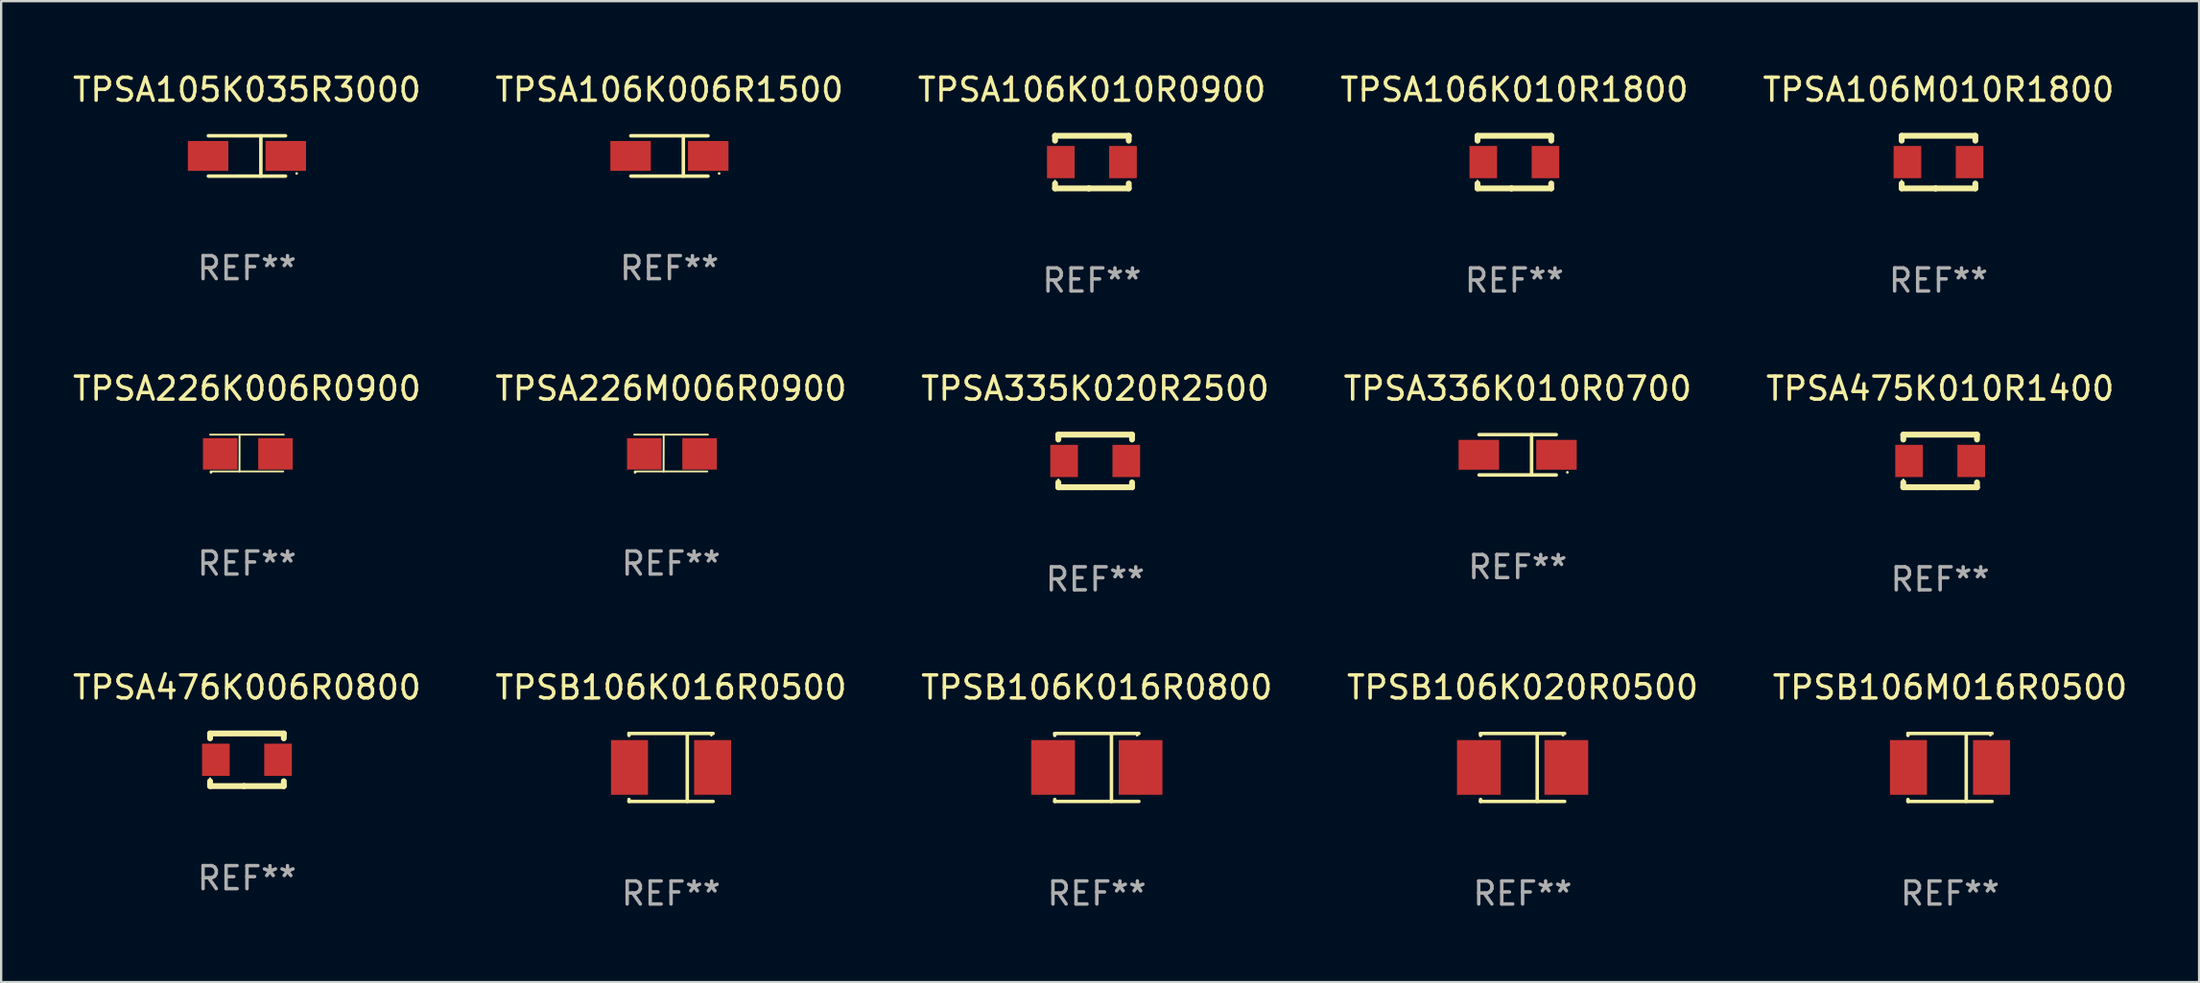
<source format=kicad_pcb>
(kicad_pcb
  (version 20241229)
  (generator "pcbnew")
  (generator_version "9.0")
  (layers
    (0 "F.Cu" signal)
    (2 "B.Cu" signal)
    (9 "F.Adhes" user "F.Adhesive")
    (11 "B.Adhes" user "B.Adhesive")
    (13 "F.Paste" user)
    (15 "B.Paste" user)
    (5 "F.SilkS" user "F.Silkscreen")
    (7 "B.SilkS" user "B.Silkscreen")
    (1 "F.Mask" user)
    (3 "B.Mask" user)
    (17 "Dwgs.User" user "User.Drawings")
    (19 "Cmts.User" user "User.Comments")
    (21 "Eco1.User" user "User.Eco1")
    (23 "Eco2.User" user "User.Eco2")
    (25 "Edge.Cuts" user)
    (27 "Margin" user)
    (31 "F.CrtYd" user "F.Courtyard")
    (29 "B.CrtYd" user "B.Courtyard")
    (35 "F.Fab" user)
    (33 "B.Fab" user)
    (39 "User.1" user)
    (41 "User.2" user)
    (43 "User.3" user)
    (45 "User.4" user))
  (footprint "TPSB106M016R0500"
    (layer "F.Cu")
    (at 81.625 30.289)
    (property "Reference" "TPSB106M016R0500" (at 0 -3.476 0) (layer "F.SilkS") (effects (font (size 1 1) (thickness 0.15))))
    (attr through_hole)
    (fp_line (start -1.826 -1.476) (end -1.826 -1.391) (stroke (width 0.152) (type solid)) (layer "F.SilkS"))
    (fp_line (start -1.826 -1.476) (end 1.826 -1.476) (stroke (width 0.152) (type solid)) (layer "F.SilkS"))
    (fp_line (start -1.826 1.476) (end -1.826 1.391) (stroke (width 0.152) (type solid)) (layer "F.SilkS"))
    (fp_line (start -1.826 1.476) (end 1.826 1.476) (stroke (width 0.152) (type solid)) (layer "F.SilkS"))
    (fp_line (start 0.704 -1.476) (end 0.704 1.476) (stroke (width 0.152) (type solid)) (layer "F.SilkS"))
    (fp_circle (center 1.75 -1.4) (end 1.78 -1.4) (stroke (width 0.06) (type solid)) (fill no) (layer "F.SilkS"))
    (fp_text user "REF**" (at 0 5.476 0) (layer "F.Fab") (effects (font (size 1 1) (thickness 0.15))))
    (pad "1" smd rect (at 1.804 0) (size 1.607 2.376) (layers "F.Cu" "F.Mask" "F.Paste"))
    (pad "2" smd rect (at -1.804 0) (size 1.607 2.376) (layers "F.Cu" "F.Mask" "F.Paste")))
  (footprint "TPSA106K006R1500"
    (layer "F.Cu")
    (at 26.018 3.724)
    (property "Reference" "TPSA106K006R1500" (at 0 -2.876 0) (layer "F.SilkS") (effects (font (size 1 1) (thickness 0.15))))
    (attr through_hole)
    (fp_line (start -1.676 -0.876) (end 1.676 -0.876) (stroke (width 0.152) (type solid)) (layer "F.SilkS"))
    (fp_line (start -1.676 0.876) (end 1.676 0.876) (stroke (width 0.152) (type solid)) (layer "F.SilkS"))
    (fp_line (start 0.604 -0.876) (end 0.604 0.876) (stroke (width 0.152) (type solid)) (layer "F.SilkS"))
    (fp_circle (center 2.159 0.762) (end 2.189 0.762) (stroke (width 0.06) (type solid)) (fill no) (layer "F.SilkS"))
    (fp_text user "REF**" (at 0 4.876 0) (layer "F.Fab") (effects (font (size 1 1) (thickness 0.15))))
    (pad "1" smd rect (at 1.686 0) (size 1.758 1.296) (layers "F.Cu" "F.Mask" "F.Paste"))
    (pad "2" smd rect (at -1.686 0) (size 1.758 1.296) (layers "F.Cu" "F.Mask" "F.Paste")))
  (footprint "TPSA105K035R3000"
    (layer "F.Cu")
    (at 7.673 3.724)
    (property "Reference" "TPSA105K035R3000" (at 0 -2.876 0) (layer "F.SilkS") (effects (font (size 1 1) (thickness 0.15))))
    (attr through_hole)
    (fp_line (start -1.676 -0.876) (end 1.676 -0.876) (stroke (width 0.152) (type solid)) (layer "F.SilkS"))
    (fp_line (start -1.676 0.876) (end 1.676 0.876) (stroke (width 0.152) (type solid)) (layer "F.SilkS"))
    (fp_line (start 0.604 -0.876) (end 0.604 0.876) (stroke (width 0.152) (type solid)) (layer "F.SilkS"))
    (fp_circle (center 2.159 0.762) (end 2.189 0.762) (stroke (width 0.06) (type solid)) (fill no) (layer "F.SilkS"))
    (fp_text user "REF**" (at 0 4.876 0) (layer "F.Fab") (effects (font (size 1 1) (thickness 0.15))))
    (pad "1" smd rect (at 1.686 0) (size 1.758 1.296) (layers "F.Cu" "F.Mask" "F.Paste"))
    (pad "2" smd rect (at -1.686 0) (size 1.758 1.296) (layers "F.Cu" "F.Mask" "F.Paste")))
  (footprint "TPSB106K016R0500"
    (layer "F.Cu")
    (at 26.089 30.289)
    (property "Reference" "TPSB106K016R0500" (at 0 -3.476 0) (layer "F.SilkS") (effects (font (size 1 1) (thickness 0.15))))
    (attr through_hole)
    (fp_line (start -1.826 -1.476) (end -1.826 -1.391) (stroke (width 0.152) (type solid)) (layer "F.SilkS"))
    (fp_line (start -1.826 -1.476) (end 1.826 -1.476) (stroke (width 0.152) (type solid)) (layer "F.SilkS"))
    (fp_line (start -1.826 1.476) (end -1.826 1.391) (stroke (width 0.152) (type solid)) (layer "F.SilkS"))
    (fp_line (start -1.826 1.476) (end 1.826 1.476) (stroke (width 0.152) (type solid)) (layer "F.SilkS"))
    (fp_line (start 0.704 -1.476) (end 0.704 1.476) (stroke (width 0.152) (type solid)) (layer "F.SilkS"))
    (fp_circle (center 1.75 -1.4) (end 1.78 -1.4) (stroke (width 0.06) (type solid)) (fill no) (layer "F.SilkS"))
    (fp_text user "REF**" (at 0 5.476 0) (layer "F.Fab") (effects (font (size 1 1) (thickness 0.15))))
    (pad "1" smd rect (at 1.804 0) (size 1.607 2.376) (layers "F.Cu" "F.Mask" "F.Paste"))
    (pad "2" smd rect (at -1.804 0) (size 1.607 2.376) (layers "F.Cu" "F.Mask" "F.Paste")))
  (footprint "TPSA106K010R0900"
    (layer "F.Cu")
    (at 44.363 3.991)
    (property "Reference" "TPSA106K010R0900" (at 0 -3.143 0) (layer "F.SilkS") (effects (font (size 1 1) (thickness 0.15))))
    (attr through_hole)
    (fp_line (start -1.6 1.143) (end -0.128 1.143) (stroke (width 0.254) (type solid)) (layer "F.SilkS"))
    (fp_line (start -1.6 -1.143) (end -1.6 -0.931) (stroke (width 0.254) (type solid)) (layer "F.SilkS"))
    (fp_line (start -1.6 -1.143) (end 1.6 -1.143) (stroke (width 0.254) (type solid)) (layer "F.SilkS"))
    (fp_line (start -1.6 0.931) (end -1.6 1.143) (stroke (width 0.254) (type solid)) (layer "F.SilkS"))
    (fp_line (start -0.128 1.143) (end -0.128 1.143) (stroke (width 0.254) (type solid)) (layer "F.SilkS"))
    (fp_line (start -0.128 1.143) (end 1.6 1.143) (stroke (width 0.254) (type solid)) (layer "F.SilkS"))
    (fp_line (start 1.6 -1.143) (end 1.6 -0.931) (stroke (width 0.254) (type solid)) (layer "F.SilkS"))
    (fp_line (start 1.6 0.931) (end 1.6 1.143) (stroke (width 0.254) (type solid)) (layer "F.SilkS"))
    (fp_circle (center -1.6 0.8) (end -1.58 0.8) (stroke (width 0.04) (type solid)) (fill no) (layer "F.SilkS"))
    (fp_text user "REF**" (at 0 5.143 0) (layer "F.Fab") (effects (font (size 1 1) (thickness 0.15))))
    (pad "1" smd rect (at -1.35 0) (size 1.2 1.4) (layers "F.Cu" "F.Mask" "F.Paste"))
    (pad "2" smd rect (at 1.35 0) (size 1.2 1.4) (layers "F.Cu" "F.Mask" "F.Paste")))
  (footprint "TPSA226K006R0900"
    (layer "F.Cu")
    (at 7.673 16.631)
    (property "Reference" "TPSA226K006R0900" (at 0 -2.8 0) (layer "F.SilkS") (effects (font (size 1 1) (thickness 0.15))))
    (attr through_hole)
    (fp_line (start -1.6 -0.8) (end 1.6 -0.8) (stroke (width 0.08) (type solid)) (layer "F.SilkS"))
    (fp_line (start -1.575 0.8) (end 1.575 0.8) (stroke (width 0.08) (type solid)) (layer "F.SilkS"))
    (fp_line (start -0.323 0.8) (end -0.32 -0.8) (stroke (width 0.08) (type solid)) (layer "F.SilkS"))
    (fp_circle (center -1.561 0.838) (end -1.531 0.838) (stroke (width 0.06) (type solid)) (fill no) (layer "F.SilkS"))
    (fp_text user "REF**" (at 0 4.8 0) (layer "F.Fab") (effects (font (size 1 1) (thickness 0.15))))
    (pad "1" smd rect (at -1.161 0.038) (size 1.5 1.359) (layers "F.Cu" "F.Mask" "F.Paste"))
    (pad "2" smd rect (at 1.239 0.038) (size 1.5 1.359) (layers "F.Cu" "F.Mask" "F.Paste")))
  (footprint "TPSB106K016R0800"
    (layer "F.Cu")
    (at 44.577 30.289)
    (property "Reference" "TPSB106K016R0800" (at 0 -3.476 0) (layer "F.SilkS") (effects (font (size 1 1) (thickness 0.15))))
    (attr through_hole)
    (fp_line (start -1.826 -1.476) (end -1.826 -1.391) (stroke (width 0.152) (type solid)) (layer "F.SilkS"))
    (fp_line (start -1.826 -1.476) (end 1.826 -1.476) (stroke (width 0.152) (type solid)) (layer "F.SilkS"))
    (fp_line (start -1.826 1.476) (end -1.826 1.391) (stroke (width 0.152) (type solid)) (layer "F.SilkS"))
    (fp_line (start -1.826 1.476) (end 1.826 1.476) (stroke (width 0.152) (type solid)) (layer "F.SilkS"))
    (fp_line (start 0.635 -1.476) (end 0.635 1.476) (stroke (width 0.152) (type solid)) (layer "F.SilkS"))
    (fp_circle (center 1.75 -1.4) (end 1.78 -1.4) (stroke (width 0.06) (type solid)) (fill no) (layer "F.SilkS"))
    (fp_text user "REF**" (at 0 5.476 0) (layer "F.Fab") (effects (font (size 1 1) (thickness 0.15))))
    (pad "1" smd rect (at 1.899 0) (size 1.9 2.376) (layers "F.Cu" "F.Mask" "F.Paste"))
    (pad "2" smd rect (at -1.899 0) (size 1.9 2.376) (layers "F.Cu" "F.Mask" "F.Paste")))
  (footprint "TPSA106K010R1800"
    (layer "F.Cu")
    (at 62.708 3.991)
    (property "Reference" "TPSA106K010R1800" (at 0 -3.143 0) (layer "F.SilkS") (effects (font (size 1 1) (thickness 0.15))))
    (attr through_hole)
    (fp_line (start -1.6 1.143) (end -0.128 1.143) (stroke (width 0.254) (type solid)) (layer "F.SilkS"))
    (fp_line (start -1.6 -1.143) (end -1.6 -0.931) (stroke (width 0.254) (type solid)) (layer "F.SilkS"))
    (fp_line (start -1.6 -1.143) (end 1.6 -1.143) (stroke (width 0.254) (type solid)) (layer "F.SilkS"))
    (fp_line (start -1.6 0.931) (end -1.6 1.143) (stroke (width 0.254) (type solid)) (layer "F.SilkS"))
    (fp_line (start -0.128 1.143) (end -0.128 1.143) (stroke (width 0.254) (type solid)) (layer "F.SilkS"))
    (fp_line (start -0.128 1.143) (end 1.6 1.143) (stroke (width 0.254) (type solid)) (layer "F.SilkS"))
    (fp_line (start 1.6 -1.143) (end 1.6 -0.931) (stroke (width 0.254) (type solid)) (layer "F.SilkS"))
    (fp_line (start 1.6 0.931) (end 1.6 1.143) (stroke (width 0.254) (type solid)) (layer "F.SilkS"))
    (fp_circle (center -1.6 0.8) (end -1.58 0.8) (stroke (width 0.04) (type solid)) (fill no) (layer "F.SilkS"))
    (fp_text user "REF**" (at 0 5.143 0) (layer "F.Fab") (effects (font (size 1 1) (thickness 0.15))))
    (pad "1" smd rect (at -1.35 0) (size 1.2 1.4) (layers "F.Cu" "F.Mask" "F.Paste"))
    (pad "2" smd rect (at 1.35 0) (size 1.2 1.4) (layers "F.Cu" "F.Mask" "F.Paste")))
  (footprint "TPSA226M006R0900"
    (layer "F.Cu")
    (at 26.089 16.631)
    (property "Reference" "TPSA226M006R0900" (at 0 -2.8 0) (layer "F.SilkS") (effects (font (size 1 1) (thickness 0.15))))
    (attr through_hole)
    (fp_line (start -1.6 -0.8) (end 1.6 -0.8) (stroke (width 0.08) (type solid)) (layer "F.SilkS"))
    (fp_line (start -1.575 0.8) (end 1.575 0.8) (stroke (width 0.08) (type solid)) (layer "F.SilkS"))
    (fp_line (start -0.323 0.8) (end -0.32 -0.8) (stroke (width 0.08) (type solid)) (layer "F.SilkS"))
    (fp_circle (center -1.561 0.838) (end -1.531 0.838) (stroke (width 0.06) (type solid)) (fill no) (layer "F.SilkS"))
    (fp_text user "REF**" (at 0 4.8 0) (layer "F.Fab") (effects (font (size 1 1) (thickness 0.15))))
    (pad "1" smd rect (at -1.161 0.038) (size 1.5 1.359) (layers "F.Cu" "F.Mask" "F.Paste"))
    (pad "2" smd rect (at 1.239 0.038) (size 1.5 1.359) (layers "F.Cu" "F.Mask" "F.Paste")))
  (footprint "TPSA106M010R1800"
    (layer "F.Cu")
    (at 81.125 3.991)
    (property "Reference" "TPSA106M010R1800" (at 0 -3.143 0) (layer "F.SilkS") (effects (font (size 1 1) (thickness 0.15))))
    (attr through_hole)
    (fp_line (start -1.6 1.143) (end -0.128 1.143) (stroke (width 0.254) (type solid)) (layer "F.SilkS"))
    (fp_line (start -1.6 -1.143) (end -1.6 -0.931) (stroke (width 0.254) (type solid)) (layer "F.SilkS"))
    (fp_line (start -1.6 -1.143) (end 1.6 -1.143) (stroke (width 0.254) (type solid)) (layer "F.SilkS"))
    (fp_line (start -1.6 0.931) (end -1.6 1.143) (stroke (width 0.254) (type solid)) (layer "F.SilkS"))
    (fp_line (start -0.128 1.143) (end -0.128 1.143) (stroke (width 0.254) (type solid)) (layer "F.SilkS"))
    (fp_line (start -0.128 1.143) (end 1.6 1.143) (stroke (width 0.254) (type solid)) (layer "F.SilkS"))
    (fp_line (start 1.6 -1.143) (end 1.6 -0.931) (stroke (width 0.254) (type solid)) (layer "F.SilkS"))
    (fp_line (start 1.6 0.931) (end 1.6 1.143) (stroke (width 0.254) (type solid)) (layer "F.SilkS"))
    (fp_circle (center -1.6 0.8) (end -1.58 0.8) (stroke (width 0.04) (type solid)) (fill no) (layer "F.SilkS"))
    (fp_text user "REF**" (at 0 5.143 0) (layer "F.Fab") (effects (font (size 1 1) (thickness 0.15))))
    (pad "1" smd rect (at -1.35 0) (size 1.2 1.4) (layers "F.Cu" "F.Mask" "F.Paste"))
    (pad "2" smd rect (at 1.35 0) (size 1.2 1.4) (layers "F.Cu" "F.Mask" "F.Paste")))
  (footprint "TPSA476K006R0800"
    (layer "F.Cu")
    (at 7.673 29.956)
    (property "Reference" "TPSA476K006R0800" (at 0 -3.143 0) (layer "F.SilkS") (effects (font (size 1 1) (thickness 0.15))))
    (attr through_hole)
    (fp_line (start -1.6 1.143) (end -0.128 1.143) (stroke (width 0.254) (type solid)) (layer "F.SilkS"))
    (fp_line (start -1.6 -1.143) (end -1.6 -0.931) (stroke (width 0.254) (type solid)) (layer "F.SilkS"))
    (fp_line (start -1.6 -1.143) (end 1.6 -1.143) (stroke (width 0.254) (type solid)) (layer "F.SilkS"))
    (fp_line (start -1.6 0.931) (end -1.6 1.143) (stroke (width 0.254) (type solid)) (layer "F.SilkS"))
    (fp_line (start -0.128 1.143) (end -0.128 1.143) (stroke (width 0.254) (type solid)) (layer "F.SilkS"))
    (fp_line (start -0.128 1.143) (end 1.6 1.143) (stroke (width 0.254) (type solid)) (layer "F.SilkS"))
    (fp_line (start 1.6 -1.143) (end 1.6 -0.931) (stroke (width 0.254) (type solid)) (layer "F.SilkS"))
    (fp_line (start 1.6 0.931) (end 1.6 1.143) (stroke (width 0.254) (type solid)) (layer "F.SilkS"))
    (fp_circle (center -1.6 0.8) (end -1.58 0.8) (stroke (width 0.04) (type solid)) (fill no) (layer "F.SilkS"))
    (fp_text user "REF**" (at 0 5.143 0) (layer "F.Fab") (effects (font (size 1 1) (thickness 0.15))))
    (pad "1" smd rect (at -1.35 0) (size 1.2 1.4) (layers "F.Cu" "F.Mask" "F.Paste"))
    (pad "2" smd rect (at 1.35 0) (size 1.2 1.4) (layers "F.Cu" "F.Mask" "F.Paste")))
  (footprint "TPSB106K020R0500"
    (layer "F.Cu")
    (at 63.065 30.289)
    (property "Reference" "TPSB106K020R0500" (at 0 -3.476 0) (layer "F.SilkS") (effects (font (size 1 1) (thickness 0.15))))
    (attr through_hole)
    (fp_line (start -1.826 -1.476) (end -1.826 -1.391) (stroke (width 0.152) (type solid)) (layer "F.SilkS"))
    (fp_line (start -1.826 -1.476) (end 1.826 -1.476) (stroke (width 0.152) (type solid)) (layer "F.SilkS"))
    (fp_line (start -1.826 1.476) (end -1.826 1.391) (stroke (width 0.152) (type solid)) (layer "F.SilkS"))
    (fp_line (start -1.826 1.476) (end 1.826 1.476) (stroke (width 0.152) (type solid)) (layer "F.SilkS"))
    (fp_line (start 0.635 -1.476) (end 0.635 1.476) (stroke (width 0.152) (type solid)) (layer "F.SilkS"))
    (fp_circle (center 1.75 -1.4) (end 1.78 -1.4) (stroke (width 0.06) (type solid)) (fill no) (layer "F.SilkS"))
    (fp_text user "REF**" (at 0 5.476 0) (layer "F.Fab") (effects (font (size 1 1) (thickness 0.15))))
    (pad "1" smd rect (at 1.899 0) (size 1.9 2.376) (layers "F.Cu" "F.Mask" "F.Paste"))
    (pad "2" smd rect (at -1.899 0) (size 1.9 2.376) (layers "F.Cu" "F.Mask" "F.Paste")))
  (footprint "TPSA335K020R2500"
    (layer "F.Cu")
    (at 44.506 16.974)
    (property "Reference" "TPSA335K020R2500" (at 0 -3.143 0) (layer "F.SilkS") (effects (font (size 1 1) (thickness 0.15))))
    (attr through_hole)
    (fp_line (start -1.6 1.143) (end -0.128 1.143) (stroke (width 0.254) (type solid)) (layer "F.SilkS"))
    (fp_line (start -1.6 -1.143) (end -1.6 -0.931) (stroke (width 0.254) (type solid)) (layer "F.SilkS"))
    (fp_line (start -1.6 -1.143) (end 1.6 -1.143) (stroke (width 0.254) (type solid)) (layer "F.SilkS"))
    (fp_line (start -1.6 0.931) (end -1.6 1.143) (stroke (width 0.254) (type solid)) (layer "F.SilkS"))
    (fp_line (start -0.128 1.143) (end -0.128 1.143) (stroke (width 0.254) (type solid)) (layer "F.SilkS"))
    (fp_line (start -0.128 1.143) (end 1.6 1.143) (stroke (width 0.254) (type solid)) (layer "F.SilkS"))
    (fp_line (start 1.6 -1.143) (end 1.6 -0.931) (stroke (width 0.254) (type solid)) (layer "F.SilkS"))
    (fp_line (start 1.6 0.931) (end 1.6 1.143) (stroke (width 0.254) (type solid)) (layer "F.SilkS"))
    (fp_circle (center -1.6 0.8) (end -1.58 0.8) (stroke (width 0.04) (type solid)) (fill no) (layer "F.SilkS"))
    (fp_text user "REF**" (at 0 5.143 0) (layer "F.Fab") (effects (font (size 1 1) (thickness 0.15))))
    (pad "1" smd rect (at -1.35 0) (size 1.2 1.4) (layers "F.Cu" "F.Mask" "F.Paste"))
    (pad "2" smd rect (at 1.35 0) (size 1.2 1.4) (layers "F.Cu" "F.Mask" "F.Paste")))
  (footprint "TPSA336K010R0700"
    (layer "F.Cu")
    (at 62.851 16.707)
    (property "Reference" "TPSA336K010R0700" (at 0 -2.876 0) (layer "F.SilkS") (effects (font (size 1 1) (thickness 0.15))))
    (attr through_hole)
    (fp_line (start -1.676 -0.876) (end 1.676 -0.876) (stroke (width 0.152) (type solid)) (layer "F.SilkS"))
    (fp_line (start -1.676 0.876) (end 1.676 0.876) (stroke (width 0.152) (type solid)) (layer "F.SilkS"))
    (fp_line (start 0.604 -0.876) (end 0.604 0.876) (stroke (width 0.152) (type solid)) (layer "F.SilkS"))
    (fp_circle (center 2.159 0.762) (end 2.189 0.762) (stroke (width 0.06) (type solid)) (fill no) (layer "F.SilkS"))
    (fp_text user "REF**" (at 0 4.876 0) (layer "F.Fab") (effects (font (size 1 1) (thickness 0.15))))
    (pad "1" smd rect (at 1.686 0) (size 1.758 1.296) (layers "F.Cu" "F.Mask" "F.Paste"))
    (pad "2" smd rect (at -1.686 0) (size 1.758 1.296) (layers "F.Cu" "F.Mask" "F.Paste")))
  (footprint "TPSA475K010R1400"
    (layer "F.Cu")
    (at 81.196 16.974)
    (property "Reference" "TPSA475K010R1400" (at 0 -3.143 0) (layer "F.SilkS") (effects (font (size 1 1) (thickness 0.15))))
    (attr through_hole)
    (fp_line (start -1.6 1.143) (end -0.128 1.143) (stroke (width 0.254) (type solid)) (layer "F.SilkS"))
    (fp_line (start -1.6 -1.143) (end -1.6 -0.931) (stroke (width 0.254) (type solid)) (layer "F.SilkS"))
    (fp_line (start -1.6 -1.143) (end 1.6 -1.143) (stroke (width 0.254) (type solid)) (layer "F.SilkS"))
    (fp_line (start -1.6 0.931) (end -1.6 1.143) (stroke (width 0.254) (type solid)) (layer "F.SilkS"))
    (fp_line (start -0.128 1.143) (end -0.128 1.143) (stroke (width 0.254) (type solid)) (layer "F.SilkS"))
    (fp_line (start -0.128 1.143) (end 1.6 1.143) (stroke (width 0.254) (type solid)) (layer "F.SilkS"))
    (fp_line (start 1.6 -1.143) (end 1.6 -0.931) (stroke (width 0.254) (type solid)) (layer "F.SilkS"))
    (fp_line (start 1.6 0.931) (end 1.6 1.143) (stroke (width 0.254) (type solid)) (layer "F.SilkS"))
    (fp_circle (center -1.6 0.8) (end -1.58 0.8) (stroke (width 0.04) (type solid)) (fill no) (layer "F.SilkS"))
    (fp_text user "REF**" (at 0 5.143 0) (layer "F.Fab") (effects (font (size 1 1) (thickness 0.15))))
    (pad "1" smd rect (at -1.35 0) (size 1.2 1.4) (layers "F.Cu" "F.Mask" "F.Paste"))
    (pad "2" smd rect (at 1.35 0) (size 1.2 1.4) (layers "F.Cu" "F.Mask" "F.Paste")))
  (gr_rect
    (start -3 -3)
    (end 92.44 39.614)
    (stroke (width 0.1) (type default))
    (fill no)
    (layer "Edge.Cuts")))
</source>
